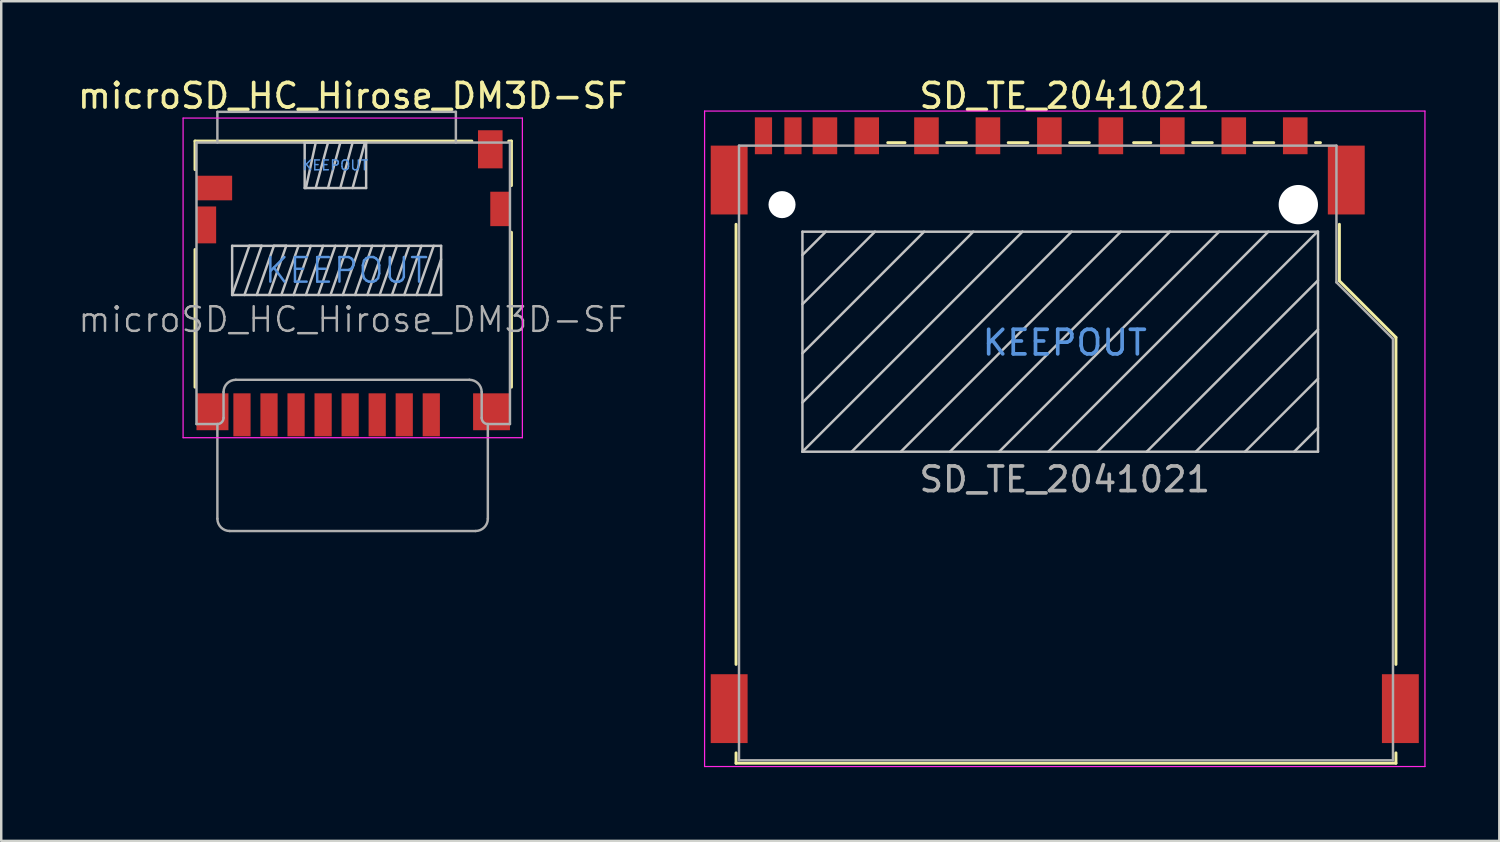
<source format=kicad_pcb>
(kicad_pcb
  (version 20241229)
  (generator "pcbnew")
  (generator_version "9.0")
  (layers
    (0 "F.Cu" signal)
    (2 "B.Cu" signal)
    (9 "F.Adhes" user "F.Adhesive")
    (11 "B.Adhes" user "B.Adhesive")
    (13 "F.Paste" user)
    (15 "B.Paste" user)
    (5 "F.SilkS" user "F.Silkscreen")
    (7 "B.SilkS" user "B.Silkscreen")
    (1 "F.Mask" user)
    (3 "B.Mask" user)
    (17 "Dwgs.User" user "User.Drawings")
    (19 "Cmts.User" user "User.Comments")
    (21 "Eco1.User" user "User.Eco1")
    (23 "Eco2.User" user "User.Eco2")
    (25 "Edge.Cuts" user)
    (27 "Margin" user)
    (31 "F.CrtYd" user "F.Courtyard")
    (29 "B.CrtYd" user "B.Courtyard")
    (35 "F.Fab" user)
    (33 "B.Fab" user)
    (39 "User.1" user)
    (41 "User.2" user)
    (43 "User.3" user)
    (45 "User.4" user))
  (footprint "microSD_HC_Hirose_DM3D-SF"
    (layer "F.Cu")
    (at 11.317 8.473)
    (property "Reference" "microSD_HC_Hirose_DM3D-SF" (at -0.025 -7.625 0) (layer "F.SilkS") (effects (font (size 1 1) (thickness 0.15))))
    (attr smd)
    (fp_line (start -6.435 -5.785) (end 4.825 -5.785) (stroke (width 0.12) (type solid)) (layer "F.SilkS"))
    (fp_line (start -6.435 -4.625) (end -6.435 -5.785) (stroke (width 0.12) (type solid)) (layer "F.SilkS"))
    (fp_line (start -6.435 -1.375) (end -6.435 4.225) (stroke (width 0.12) (type solid)) (layer "F.SilkS"))
    (fp_line (start 6.325 -5.785) (end 6.435 -5.785) (stroke (width 0.12) (type solid)) (layer "F.SilkS"))
    (fp_line (start 6.435 -5.785) (end 6.435 -3.975) (stroke (width 0.12) (type solid)) (layer "F.SilkS"))
    (fp_line (start 6.435 -2.075) (end 6.435 4.225) (stroke (width 0.12) (type solid)) (layer "F.SilkS"))
    (fp_line (start -4.925 -1.525) (end -4.925 0.475) (stroke (width 0.1) (type solid)) (layer "Dwgs.User"))
    (fp_line (start -4.925 -1.525) (end 3.575 -1.525) (stroke (width 0.1) (type solid)) (layer "Dwgs.User"))
    (fp_line (start -4.925 0.475) (end -4.225 -1.525) (stroke (width 0.1) (type solid)) (layer "Dwgs.User"))
    (fp_line (start -4.925 0.475) (end 3.575 0.475) (stroke (width 0.1) (type solid)) (layer "Dwgs.User"))
    (fp_line (start -4.425 0.475) (end -3.725 -1.525) (stroke (width 0.1) (type solid)) (layer "Dwgs.User"))
    (fp_line (start -4.225 -1.525) (end -3.725 -1.525) (stroke (width 0.1) (type solid)) (layer "Dwgs.User"))
    (fp_line (start -3.925 0.475) (end -3.225 -1.525) (stroke (width 0.1) (type solid)) (layer "Dwgs.User"))
    (fp_line (start -3.425 0.475) (end -2.725 -1.525) (stroke (width 0.1) (type solid)) (layer "Dwgs.User"))
    (fp_line (start -3.225 -1.525) (end -2.725 -1.525) (stroke (width 0.1) (type solid)) (layer "Dwgs.User"))
    (fp_line (start -2.925 0.475) (end -2.225 -1.525) (stroke (width 0.1) (type solid)) (layer "Dwgs.User"))
    (fp_line (start -2.425 0.475) (end -1.725 -1.525) (stroke (width 0.1) (type solid)) (layer "Dwgs.User"))
    (fp_line (start -1.975 -5.725) (end -1.975 -3.875) (stroke (width 0.1) (type solid)) (layer "Dwgs.User"))
    (fp_line (start -1.925 -3.875) (end -1.525 -5.725) (stroke (width 0.1) (type solid)) (layer "Dwgs.User"))
    (fp_line (start -1.925 0.475) (end -1.225 -1.525) (stroke (width 0.1) (type solid)) (layer "Dwgs.User"))
    (fp_line (start -1.425 0.475) (end -0.725 -1.525) (stroke (width 0.1) (type solid)) (layer "Dwgs.User"))
    (fp_line (start -1.025 -5.725) (end -1.525 -3.875) (stroke (width 0.1) (type solid)) (layer "Dwgs.User"))
    (fp_line (start -1.025 -3.875) (end -0.525 -5.725) (stroke (width 0.1) (type solid)) (layer "Dwgs.User"))
    (fp_line (start -0.925 0.475) (end -0.225 -1.525) (stroke (width 0.1) (type solid)) (layer "Dwgs.User"))
    (fp_line (start -0.425 0.475) (end 0.275 -1.525) (stroke (width 0.1) (type solid)) (layer "Dwgs.User"))
    (fp_line (start -0.025 -5.725) (end -0.525 -3.875) (stroke (width 0.1) (type solid)) (layer "Dwgs.User"))
    (fp_line (start -0.025 -3.875) (end 0.475 -5.725) (stroke (width 0.1) (type solid)) (layer "Dwgs.User"))
    (fp_line (start 0.075 0.475) (end 0.775 -1.525) (stroke (width 0.1) (type solid)) (layer "Dwgs.User"))
    (fp_line (start 0.525 -5.725) (end -1.975 -5.725) (stroke (width 0.1) (type solid)) (layer "Dwgs.User"))
    (fp_line (start 0.525 -3.875) (end -1.975 -3.875) (stroke (width 0.1) (type solid)) (layer "Dwgs.User"))
    (fp_line (start 0.525 -3.875) (end 0.525 -5.725) (stroke (width 0.1) (type solid)) (layer "Dwgs.User"))
    (fp_line (start 0.575 0.475) (end 1.275 -1.525) (stroke (width 0.1) (type solid)) (layer "Dwgs.User"))
    (fp_line (start 1.075 0.475) (end 1.775 -1.525) (stroke (width 0.1) (type solid)) (layer "Dwgs.User"))
    (fp_line (start 1.575 0.475) (end 2.275 -1.525) (stroke (width 0.1) (type solid)) (layer "Dwgs.User"))
    (fp_line (start 2.075 0.475) (end 2.775 -1.525) (stroke (width 0.1) (type solid)) (layer "Dwgs.User"))
    (fp_line (start 2.575 0.475) (end 3.275 -1.525) (stroke (width 0.1) (type solid)) (layer "Dwgs.User"))
    (fp_line (start 3.075 0.475) (end 3.575 -0.975) (stroke (width 0.1) (type solid)) (layer "Dwgs.User"))
    (fp_line (start 3.575 0.475) (end 3.575 -1.525) (stroke (width 0.1) (type solid)) (layer "Dwgs.User"))
    (fp_line (start -6.92 -6.72) (end 6.88 -6.72) (stroke (width 0.05) (type solid)) (layer "F.CrtYd"))
    (fp_line (start -6.92 6.28) (end -6.92 -6.72) (stroke (width 0.05) (type solid)) (layer "F.CrtYd"))
    (fp_line (start 6.88 -6.72) (end 6.88 6.28) (stroke (width 0.05) (type solid)) (layer "F.CrtYd"))
    (fp_line (start 6.88 6.28) (end -6.92 6.28) (stroke (width 0.05) (type solid)) (layer "F.CrtYd"))
    (fp_line (start -6.375 -5.725) (end 6.375 -5.725) (stroke (width 0.1) (type solid)) (layer "F.Fab"))
    (fp_line (start -6.375 5.725) (end -6.375 -5.725) (stroke (width 0.1) (type solid)) (layer "F.Fab"))
    (fp_line (start -6.375 5.725) (end -5.525 5.725) (stroke (width 0.1) (type solid)) (layer "F.Fab"))
    (fp_line (start -5.525 -6.975) (end 4.175 -6.975) (stroke (width 0.1) (type solid)) (layer "F.Fab"))
    (fp_line (start -5.525 -5.725) (end -5.525 -6.975) (stroke (width 0.1) (type solid)) (layer "F.Fab"))
    (fp_line (start -5.525 5.725) (end -5.525 9.575) (stroke (width 0.1) (type solid)) (layer "F.Fab"))
    (fp_line (start -5.275 5.475) (end -5.275 4.425) (stroke (width 0.1) (type solid)) (layer "F.Fab"))
    (fp_line (start -5.025 10.075) (end 4.975 10.075) (stroke (width 0.1) (type solid)) (layer "F.Fab"))
    (fp_line (start -4.775 3.925) (end 4.725 3.925) (stroke (width 0.1) (type solid)) (layer "F.Fab"))
    (fp_line (start 4.175 -5.725) (end 4.175 -6.975) (stroke (width 0.1) (type solid)) (layer "F.Fab"))
    (fp_line (start 5.225 5.475) (end 5.225 4.425) (stroke (width 0.1) (type solid)) (layer "F.Fab"))
    (fp_line (start 5.475 5.725) (end 6.375 5.725) (stroke (width 0.1) (type solid)) (layer "F.Fab"))
    (fp_line (start 5.475 9.575) (end 5.475 5.725) (stroke (width 0.1) (type solid)) (layer "F.Fab"))
    (fp_line (start 6.375 5.725) (end 6.375 -5.725) (stroke (width 0.1) (type solid)) (layer "F.Fab"))
    (fp_arc (start -5.275 4.425) (mid -5.128553 4.071447) (end -4.775 3.925) (stroke (width 0.1) (type solid)) (layer "F.Fab"))
    (fp_arc (start -5.275 5.475) (mid -5.348223 5.651777) (end -5.525 5.725) (stroke (width 0.1) (type solid)) (layer "F.Fab"))
    (fp_arc (start -5.025 10.075) (mid -5.378553 9.928553) (end -5.525 9.575) (stroke (width 0.1) (type solid)) (layer "F.Fab"))
    (fp_arc (start 4.725 3.925) (mid 5.078553 4.071447) (end 5.225 4.425) (stroke (width 0.1) (type solid)) (layer "F.Fab"))
    (fp_arc (start 5.475 5.725) (mid 5.298223 5.651777) (end 5.225 5.475) (stroke (width 0.1) (type solid)) (layer "F.Fab"))
    (fp_arc (start 5.475 9.575) (mid 5.328553 9.928553) (end 4.975 10.075) (stroke (width 0.1) (type solid)) (layer "F.Fab"))
    (fp_text user "KEEPOUT" (at -0.725 -4.8 0) (layer "Cmts.User") (effects (font (size 0.4 0.4) (thickness 0.06))))
    (fp_text user "KEEPOUT" (at -0.275 -0.525 0) (layer "Cmts.User") (effects (font (size 1 1) (thickness 0.1))))
    (fp_text user "${REFERENCE}" (at -0.025 1.475 0) (layer "F.Fab") (effects (font (size 1 1) (thickness 0.1))))
    (pad "1" smd rect (at 3.175 5.35) (size 0.7 1.75) (layers "F.Cu" "F.Mask" "F.Paste"))
    (pad "2" smd rect (at 2.075 5.35) (size 0.7 1.75) (layers "F.Cu" "F.Mask" "F.Paste"))
    (pad "3" smd rect (at 0.975 5.35) (size 0.7 1.75) (layers "F.Cu" "F.Mask" "F.Paste"))
    (pad "4" smd rect (at -0.125 5.35) (size 0.7 1.75) (layers "F.Cu" "F.Mask" "F.Paste"))
    (pad "5" smd rect (at -1.225 5.35) (size 0.7 1.75) (layers "F.Cu" "F.Mask" "F.Paste"))
    (pad "6" smd rect (at -2.325 5.35) (size 0.7 1.75) (layers "F.Cu" "F.Mask" "F.Paste"))
    (pad "7" smd rect (at -3.425 5.35) (size 0.7 1.75) (layers "F.Cu" "F.Mask" "F.Paste"))
    (pad "8" smd rect (at -4.525 5.35) (size 0.7 1.75) (layers "F.Cu" "F.Mask" "F.Paste"))
    (pad "9" smd rect (at -5.65 -3.875) (size 1.45 1) (layers "F.Cu" "F.Mask" "F.Paste"))
    (pad "10" smd rect (at 5.575 -5.45) (size 1 1.55) (layers "F.Cu" "F.Mask" "F.Paste"))
    (pad "11" smd rect (at -5.975 -2.375) (size 0.8 1.5) (layers "F.Cu" "F.Mask" "F.Paste"))
    (pad "11" smd rect (at -5.725 5.225) (size 1.3 1.5) (layers "F.Cu" "F.Mask" "F.Paste"))
    (pad "11" smd rect (at 5.625 5.225) (size 1.5 1.5) (layers "F.Cu" "F.Mask" "F.Paste"))
    (pad "11" smd rect (at 5.975 -3.025) (size 0.8 1.4) (layers "F.Cu" "F.Mask" "F.Paste")))
  (footprint "SD_TE_2041021"
    (layer "F.Cu")
    (at 40.258 14.448)
    (property "Reference" "SD_TE_2041021" (at 0 -13.6 0) (layer "F.SilkS") (effects (font (size 1 1) (thickness 0.15))))
    (attr smd)
    (fp_line (start -13.37 -8.375) (end -13.37 9.525) (stroke (width 0.12) (type solid)) (layer "F.SilkS"))
    (fp_line (start -13.37 13.125) (end -13.37 13.545) (stroke (width 0.12) (type solid)) (layer "F.SilkS"))
    (fp_line (start -13.37 13.545) (end 13.47 13.545) (stroke (width 0.12) (type solid)) (layer "F.SilkS"))
    (fp_line (start -7.2 -11.695) (end -6.5 -11.695) (stroke (width 0.12) (type solid)) (layer "F.SilkS"))
    (fp_line (start -4.8 -11.695) (end -4 -11.695) (stroke (width 0.12) (type solid)) (layer "F.SilkS"))
    (fp_line (start -2.3 -11.695) (end -1.5 -11.695) (stroke (width 0.12) (type solid)) (layer "F.SilkS"))
    (fp_line (start 0.2 -11.695) (end 1 -11.695) (stroke (width 0.12) (type solid)) (layer "F.SilkS"))
    (fp_line (start 2.8 -11.695) (end 3.5 -11.695) (stroke (width 0.12) (type solid)) (layer "F.SilkS"))
    (fp_line (start 5.2 -11.695) (end 6 -11.695) (stroke (width 0.12) (type solid)) (layer "F.SilkS"))
    (fp_line (start 7.7 -11.695) (end 8.5 -11.695) (stroke (width 0.12) (type solid)) (layer "F.SilkS"))
    (fp_line (start 10.2 -11.695) (end 10.4 -11.695) (stroke (width 0.12) (type solid)) (layer "F.SilkS"))
    (fp_line (start 11.17 -8.375) (end 11.17 -6.075) (stroke (width 0.12) (type solid)) (layer "F.SilkS"))
    (fp_line (start 11.17 -6.075) (end 13.47 -3.775) (stroke (width 0.12) (type solid)) (layer "F.SilkS"))
    (fp_line (start 13.47 -3.775) (end 13.47 9.525) (stroke (width 0.12) (type solid)) (layer "F.SilkS"))
    (fp_line (start 13.47 13.545) (end 13.47 13.125) (stroke (width 0.12) (type solid)) (layer "F.SilkS"))
    (fp_line (start -10.67 -8.075) (end -10.67 0.875) (stroke (width 0.1) (type solid)) (layer "Dwgs.User"))
    (fp_line (start -10.67 0.875) (end 10.3 0.875) (stroke (width 0.1) (type solid)) (layer "Dwgs.User"))
    (fp_line (start -9.72 -8.075) (end -10.67 -7.125) (stroke (width 0.1) (type solid)) (layer "Dwgs.User"))
    (fp_line (start -7.72 -8.075) (end -10.67 -5.125) (stroke (width 0.1) (type solid)) (layer "Dwgs.User"))
    (fp_line (start -5.72 -8.075) (end -10.67 -3.125) (stroke (width 0.1) (type solid)) (layer "Dwgs.User"))
    (fp_line (start -3.72 -8.075) (end -10.67 -1.125) (stroke (width 0.1) (type solid)) (layer "Dwgs.User"))
    (fp_line (start -1.72 -8.075) (end -10.67 0.875) (stroke (width 0.1) (type solid)) (layer "Dwgs.User"))
    (fp_line (start 0.28 -8.075) (end -8.67 0.875) (stroke (width 0.1) (type solid)) (layer "Dwgs.User"))
    (fp_line (start 2.28 -8.075) (end -6.67 0.875) (stroke (width 0.1) (type solid)) (layer "Dwgs.User"))
    (fp_line (start 4.28 -8.075) (end -4.67 0.875) (stroke (width 0.1) (type solid)) (layer "Dwgs.User"))
    (fp_line (start 6.28 -8.075) (end -2.67 0.875) (stroke (width 0.1) (type solid)) (layer "Dwgs.User"))
    (fp_line (start 8.28 -8.075) (end -0.67 0.875) (stroke (width 0.1) (type solid)) (layer "Dwgs.User"))
    (fp_line (start 10.28 -8.075) (end 1.33 0.875) (stroke (width 0.1) (type solid)) (layer "Dwgs.User"))
    (fp_line (start 10.3 -8.075) (end -10.67 -8.075) (stroke (width 0.1) (type solid)) (layer "Dwgs.User"))
    (fp_line (start 10.3 -6.095) (end 3.33 0.875) (stroke (width 0.1) (type solid)) (layer "Dwgs.User"))
    (fp_line (start 10.3 -4.095) (end 5.33 0.875) (stroke (width 0.1) (type solid)) (layer "Dwgs.User"))
    (fp_line (start 10.3 -2.095) (end 7.33 0.875) (stroke (width 0.1) (type solid)) (layer "Dwgs.User"))
    (fp_line (start 10.3 -0.095) (end 9.33 0.875) (stroke (width 0.1) (type solid)) (layer "Dwgs.User"))
    (fp_line (start 10.3 0.875) (end 10.3 -8.075) (stroke (width 0.1) (type solid)) (layer "Dwgs.User"))
    (fp_line (start -14.65 -12.98) (end -14.65 13.68) (stroke (width 0.05) (type solid)) (layer "F.CrtYd"))
    (fp_line (start -14.65 -12.98) (end 14.65 -12.98) (stroke (width 0.05) (type solid)) (layer "F.CrtYd"))
    (fp_line (start 14.65 13.68) (end -14.65 13.68) (stroke (width 0.05) (type solid)) (layer "F.CrtYd"))
    (fp_line (start 14.65 13.68) (end 14.65 -12.98) (stroke (width 0.05) (type solid)) (layer "F.CrtYd"))
    (fp_line (start -13.25 -11.575) (end -13.25 13.425) (stroke (width 0.1) (type solid)) (layer "F.Fab"))
    (fp_line (start -13.25 13.425) (end 13.35 13.425) (stroke (width 0.1) (type solid)) (layer "F.Fab"))
    (fp_line (start 11.05 -11.575) (end -13.25 -11.575) (stroke (width 0.1) (type solid)) (layer "F.Fab"))
    (fp_line (start 11.05 -6.015) (end 11.05 -11.575) (stroke (width 0.1) (type solid)) (layer "F.Fab"))
    (fp_line (start 13.35 -3.715) (end 11.05 -6.015) (stroke (width 0.1) (type solid)) (layer "F.Fab"))
    (fp_line (start 13.35 13.425) (end 13.35 -3.715) (stroke (width 0.1) (type solid)) (layer "F.Fab"))
    (fp_text user "KEEPOUT" (at 0 -3.56 0) (layer "Cmts.User") (effects (font (size 1 1) (thickness 0.15))))
    (fp_text user "${REFERENCE}" (at 0 2 0) (layer "F.Fab") (effects (font (size 1 1) (thickness 0.15))))
    (pad "" np_thru_hole circle (at -11.5 -9.175) (size 1.1 1.1) (drill 1.1) (layers "*.Cu" "*.Mask"))
    (pad "" np_thru_hole circle (at 9.5 -9.175) (size 1.6 1.6) (drill 1.6) (layers "*.Cu" "*.Mask"))
    (pad "1" smd rect (at 6.875 -11.975) (size 1 1.5) (layers "F.Cu" "F.Mask" "F.Paste"))
    (pad "2" smd rect (at 4.375 -11.975) (size 1 1.5) (layers "F.Cu" "F.Mask" "F.Paste"))
    (pad "3" smd rect (at 1.875 -11.975) (size 1 1.5) (layers "F.Cu" "F.Mask" "F.Paste"))
    (pad "4" smd rect (at -0.625 -11.975) (size 1 1.5) (layers "F.Cu" "F.Mask" "F.Paste"))
    (pad "5" smd rect (at -3.125 -11.975) (size 1 1.5) (layers "F.Cu" "F.Mask" "F.Paste"))
    (pad "6" smd rect (at -5.625 -11.975) (size 1 1.5) (layers "F.Cu" "F.Mask" "F.Paste"))
    (pad "7" smd rect (at -8.055 -11.975) (size 1 1.5) (layers "F.Cu" "F.Mask" "F.Paste"))
    (pad "8" smd rect (at -9.755 -11.975) (size 1 1.5) (layers "F.Cu" "F.Mask" "F.Paste"))
    (pad "9" smd rect (at 9.375 -11.975) (size 1 1.5) (layers "F.Cu" "F.Mask" "F.Paste"))
    (pad "10" smd rect (at -11.055 -11.975) (size 0.7 1.5) (layers "F.Cu" "F.Mask" "F.Paste"))
    (pad "11" smd rect (at -12.255 -11.975) (size 0.7 1.5) (layers "F.Cu" "F.Mask" "F.Paste"))
    (pad "12" smd rect (at -13.65 -10.175) (size 1.5 2.8) (layers "F.Cu" "F.Mask" "F.Paste"))
    (pad "12" smd rect (at -13.65 11.325) (size 1.5 2.8) (layers "F.Cu" "F.Mask" "F.Paste"))
    (pad "12" smd rect (at 11.45 -10.175) (size 1.5 2.8) (layers "F.Cu" "F.Mask" "F.Paste"))
    (pad "12" smd rect (at 13.65 11.325) (size 1.5 2.8) (layers "F.Cu" "F.Mask" "F.Paste")))
  (gr_rect
    (start -3 -3)
    (end 57.933 31.153)
    (stroke (width 0.1) (type default))
    (fill no)
    (layer "Edge.Cuts")))
</source>
